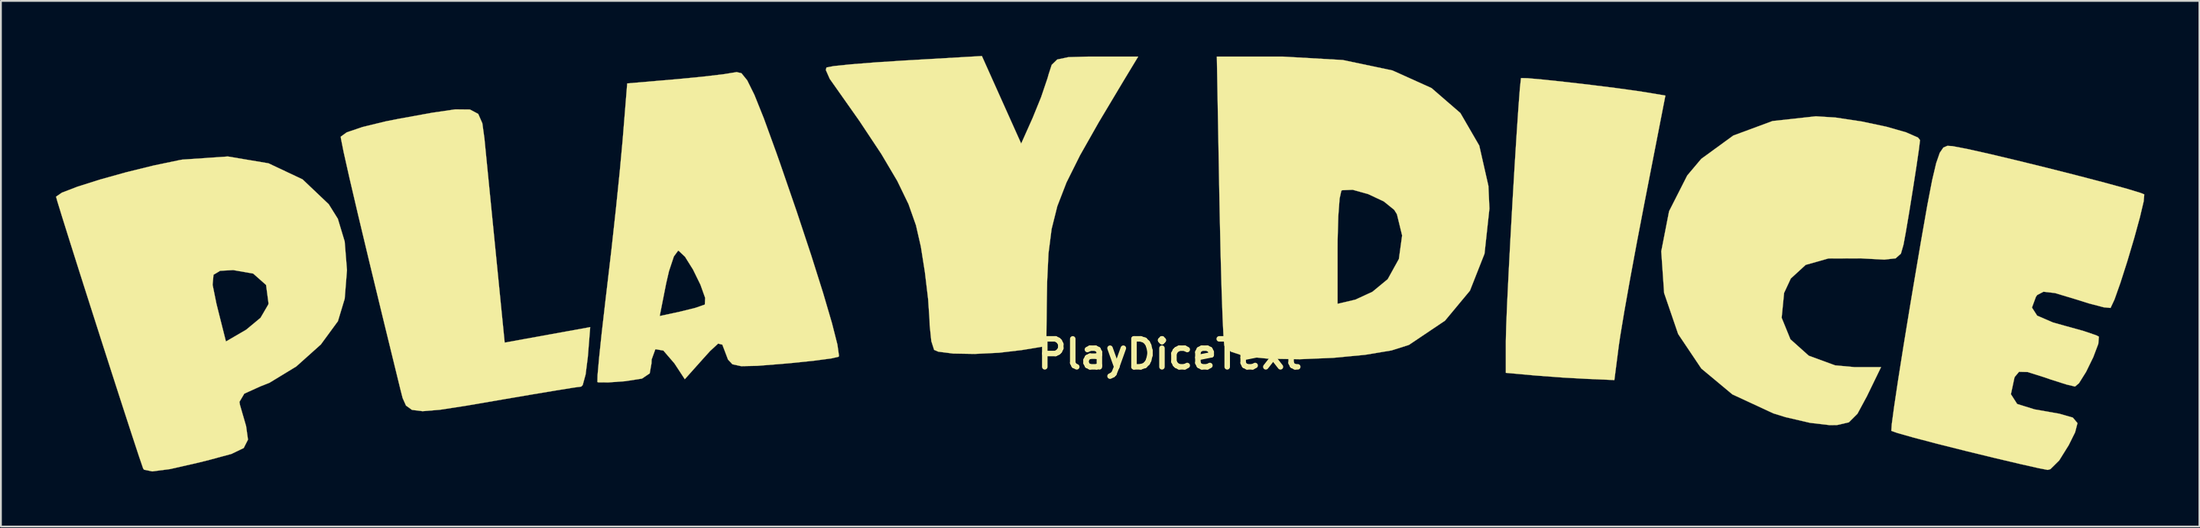
<source format=kicad_pcb>
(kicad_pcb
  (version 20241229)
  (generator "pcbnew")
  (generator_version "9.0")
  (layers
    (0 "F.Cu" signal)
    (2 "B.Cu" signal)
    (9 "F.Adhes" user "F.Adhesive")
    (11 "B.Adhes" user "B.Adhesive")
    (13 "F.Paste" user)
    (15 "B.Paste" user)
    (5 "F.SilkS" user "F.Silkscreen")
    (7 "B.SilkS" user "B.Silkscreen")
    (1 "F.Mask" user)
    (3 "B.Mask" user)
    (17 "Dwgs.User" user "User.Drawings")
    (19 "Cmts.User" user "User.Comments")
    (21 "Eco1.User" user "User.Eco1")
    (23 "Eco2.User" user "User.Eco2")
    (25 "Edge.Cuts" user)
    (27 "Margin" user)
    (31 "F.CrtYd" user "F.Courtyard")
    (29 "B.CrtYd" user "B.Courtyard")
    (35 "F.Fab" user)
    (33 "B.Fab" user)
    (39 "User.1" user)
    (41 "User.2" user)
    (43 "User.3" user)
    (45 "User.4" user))
  (footprint "PlayDiceText"
    (layer "F.Cu")
    (at 60.683 16.263)
    (property "Reference" "PlayDiceText" (at 0 0 0) (layer "F.SilkS") (effects (font (size 1.524 1.524) (thickness 0.3))))
    (attr through_hole)
    (fp_poly (pts (xy 19.529 -15.049) (xy 20.4 -14.971) (xy 21.609 -14.842) (xy 22.975 -14.684) (xy 24.317 -14.517) (xy 25.455 -14.361) (xy 25.956 -14.284) (xy 27.041 -14.102) (xy 25.889 -8.198) (xy 25.484 -6.087) (xy 25.111 -4.072) (xy 24.799 -2.317) (xy 24.578 -0.987) (xy 24.498 -0.441) (xy 24.26 1.411) (xy 22.802 1.349) (xy 21.427 1.273) (xy 19.996 1.166) (xy 19.844 1.153) (xy 18.344 1.018) (xy 18.344 -0.714) (xy 18.364 -1.518) (xy 18.417 -2.803) (xy 18.497 -4.441) (xy 18.595 -6.305) (xy 18.705 -8.265) (xy 18.819 -10.193) (xy 18.93 -11.962) (xy 19.03 -13.443) (xy 19.111 -14.508) (xy 19.167 -15.028) (xy 19.176 -15.057) (xy 19.529 -15.049)) (stroke (width 0.01) (type solid)) (fill yes) (layer "F.SilkS"))
    (fp_poly (pts (xy -38.12 -13.342) (xy -37.667 -13.102) (xy -37.442 -12.59) (xy -37.329 -11.766) (xy -37.274 -11.201) (xy -37.148 -9.926) (xy -36.977 -8.2) (xy -36.786 -6.273) (xy -36.641 -4.814) (xy -36.225 -0.631) (xy -35.046 -0.845) (xy -33.805 -1.07) (xy -32.715 -1.267) (xy -31.563 -1.476) (xy -31.692 0.144) (xy -31.813 1.102) (xy -31.972 1.685) (xy -32.05 1.766) (xy -32.469 1.824) (xy -33.436 1.979) (xy -34.805 2.208) (xy -36.336 2.469) (xy -38.339 2.813) (xy -39.757 3.031) (xy -40.7 3.109) (xy -41.279 3.037) (xy -41.605 2.801) (xy -41.788 2.39) (xy -41.925 1.852) (xy -42.833 -1.862) (xy -43.601 -5.032) (xy -44.223 -7.634) (xy -44.692 -9.639) (xy -45.003 -11.023) (xy -45.149 -11.759) (xy -45.16 -11.861) (xy -44.834 -12.096) (xy -43.965 -12.391) (xy -42.703 -12.697) (xy -42.018 -12.832) (xy -40.178 -13.166) (xy -38.918 -13.35) (xy -38.12 -13.342)) (stroke (width 0.01) (type solid)) (fill yes) (layer "F.SilkS"))
    (fp_poly (pts (xy 36.306 -12.905) (xy 37.741 -12.689) (xy 39.083 -12.405) (xy 40.162 -12.097) (xy 40.809 -11.812) (xy 40.92 -11.674) (xy 40.864 -11.201) (xy 40.725 -10.247) (xy 40.536 -9.028) (xy 40.332 -7.758) (xy 40.145 -6.653) (xy 40.02 -5.976) (xy 39.878 -5.48) (xy 39.59 -5.226) (xy 38.977 -5.157) (xy 37.86 -5.215) (xy 37.706 -5.226) (xy 35.928 -5.22) (xy 34.686 -4.869) (xy 33.877 -4.127) (xy 33.511 -3.341) (xy 33.378 -1.985) (xy 33.856 -0.812) (xy 34.856 0.083) (xy 36.287 0.608) (xy 37.356 0.706) (xy 38.796 0.706) (xy 38.025 2.293) (xy 37.51 3.248) (xy 37.041 3.716) (xy 36.402 3.863) (xy 36.001 3.869) (xy 34.923 3.743) (xy 33.592 3.434) (xy 32.926 3.228) (xy 30.692 2.192) (xy 29 0.783) (xy 27.746 -1.085) (xy 27.73 -1.118) (xy 26.972 -3.334) (xy 26.816 -5.609) (xy 27.242 -7.795) (xy 28.232 -9.745) (xy 28.994 -10.649) (xy 30.74 -11.921) (xy 32.88 -12.713) (xy 35.243 -12.972) (xy 36.306 -12.905)) (stroke (width 0.01) (type solid)) (fill yes) (layer "F.SilkS"))
    (fp_poly (pts (xy -9.143 -13.87) (xy -8.072 -11.483) (xy -7.446 -12.885) (xy -6.985 -14.019) (xy -6.631 -15.065) (xy -6.578 -15.258) (xy -6.409 -15.778) (xy -6.109 -16.068) (xy -5.505 -16.196) (xy -4.419 -16.227) (xy -4.015 -16.228) (xy -1.694 -16.228) (xy -2.494 -14.905) (xy -3.845 -12.645) (xy -4.866 -10.843) (xy -5.603 -9.364) (xy -6.103 -8.071) (xy -6.414 -6.827) (xy -6.584 -5.495) (xy -6.658 -3.938) (xy -6.677 -2.78) (xy -6.703 -0.445) (xy -8.026 -0.226) (xy -9.282 -0.078) (xy -10.606 -0.014) (xy -11.782 -0.034) (xy -12.596 -0.138) (xy -12.818 -0.235) (xy -12.97 -0.708) (xy -13.062 -1.6) (xy -13.071 -1.911) (xy -13.146 -3.013) (xy -13.321 -4.476) (xy -13.541 -5.868) (xy -13.807 -7.03) (xy -14.215 -8.186) (xy -14.826 -9.447) (xy -15.698 -10.922) (xy -16.893 -12.723) (xy -18.47 -14.961) (xy -18.508 -15.014) (xy -18.721 -15.498) (xy -18.685 -15.634) (xy -18.288 -15.71) (xy -17.332 -15.808) (xy -15.961 -15.916) (xy -14.368 -16.018) (xy -10.214 -16.258) (xy -9.143 -13.87)) (stroke (width 0.01) (type solid)) (fill yes) (layer "F.SilkS"))
    (fp_poly (pts (xy 9.46 -16.04) (xy 12.163 -15.472) (xy 14.294 -14.511) (xy 15.867 -13.149) (xy 16.896 -11.374) (xy 17.394 -9.177) (xy 17.449 -7.938) (xy 17.182 -5.478) (xy 16.388 -3.463) (xy 15.028 -1.827) (xy 13.066 -0.509) (xy 13.053 -0.502) (xy 12.109 -0.204) (xy 10.668 0.035) (xy 8.935 0.199) (xy 7.116 0.275) (xy 5.418 0.248) (xy 4.124 0.117) (xy 3.361 -0.137) (xy 3.002 -0.466) (xy 2.957 -0.928) (xy 2.906 -1.987) (xy 2.851 -3.534) (xy 2.798 -5.46) (xy 2.792 -5.724) (xy 9.172 -5.724) (xy 9.172 -2.746) (xy 10.142 -2.974) (xy 11.074 -3.404) (xy 11.906 -4.09) (xy 12.515 -5.192) (xy 12.691 -6.474) (xy 12.408 -7.633) (xy 12.259 -7.871) (xy 11.692 -8.33) (xy 10.846 -8.727) (xy 9.998 -8.964) (xy 9.425 -8.941) (xy 9.375 -8.905) (xy 9.283 -8.482) (xy 9.212 -7.531) (xy 9.175 -6.23) (xy 9.172 -5.724) (xy 2.792 -5.724) (xy 2.749 -7.657) (xy 2.731 -8.555) (xy 2.592 -16.228) (xy 6.171 -16.228) (xy 9.46 -16.04)) (stroke (width 0.01) (type solid)) (fill yes) (layer "F.SilkS"))
    (fp_poly (pts (xy -49.101 -10.409) (xy -47.24 -9.531) (xy -45.815 -8.177) (xy -45.319 -7.384) (xy -44.946 -6.148) (xy -44.821 -4.584) (xy -44.945 -3.022) (xy -45.314 -1.799) (xy -46.245 -0.529) (xy -47.582 0.668) (xy -49.046 1.559) (xy -49.549 1.758) (xy -50.418 2.152) (xy -50.681 2.598) (xy -50.654 2.766) (xy -50.319 3.922) (xy -50.216 4.658) (xy -50.449 5.117) (xy -51.119 5.439) (xy -52.328 5.766) (xy -52.915 5.913) (xy -54.468 6.266) (xy -55.432 6.392) (xy -55.885 6.298) (xy -55.933 6.227) (xy -56.159 5.566) (xy -56.539 4.412) (xy -57.036 2.884) (xy -57.612 1.102) (xy -58.229 -0.818) (xy -58.849 -2.756) (xy -59.177 -3.784) (xy -52.145 -3.784) (xy -51.938 -2.761) (xy -51.815 -2.266) (xy -51.418 -0.692) (xy -50.315 -1.334) (xy -49.531 -1.985) (xy -49.109 -2.71) (xy -49.097 -2.771) (xy -49.23 -3.774) (xy -49.932 -4.395) (xy -51.02 -4.586) (xy -51.738 -4.547) (xy -52.096 -4.33) (xy -52.145 -3.784) (xy -59.177 -3.784) (xy -59.435 -4.594) (xy -59.948 -6.215) (xy -60.351 -7.5) (xy -60.606 -8.33) (xy -60.678 -8.589) (xy -60.36 -8.808) (xy -59.511 -9.134) (xy -58.288 -9.521) (xy -56.85 -9.922) (xy -55.354 -10.29) (xy -53.958 -10.581) (xy -53.793 -10.61) (xy -51.314 -10.78) (xy -49.101 -10.409)) (stroke (width 0.01) (type solid)) (fill yes) (layer "F.SilkS"))
    (fp_poly (pts (xy -23.319 -15.321) (xy -23.006 -14.933) (xy -22.612 -14.137) (xy -22.097 -12.852) (xy -21.422 -10.996) (xy -21.216 -10.412) (xy -20.308 -7.777) (xy -19.518 -5.393) (xy -18.869 -3.338) (xy -18.385 -1.689) (xy -18.089 -0.524) (xy -18.004 0.079) (xy -18.024 0.14) (xy -18.419 0.231) (xy -19.34 0.353) (xy -20.614 0.485) (xy -21.044 0.523) (xy -22.463 0.636) (xy -23.334 0.654) (xy -23.812 0.55) (xy -24.052 0.295) (xy -24.177 -0.036) (xy -24.361 -0.519) (xy -24.59 -0.578) (xy -25.031 -0.171) (xy -25.42 0.26) (xy -26.407 1.365) (xy -26.97 0.506) (xy -27.575 -0.198) (xy -28.012 -0.271) (xy -28.215 0.289) (xy -28.222 0.492) (xy -28.32 1.048) (xy -28.743 1.332) (xy -29.652 1.473) (xy -30.565 1.539) (xy -31.114 1.536) (xy -31.171 1.519) (xy -31.163 1.157) (xy -31.08 0.22) (xy -30.935 -1.163) (xy -30.829 -2.081) (xy -27.775 -2.081) (xy -26.676 -2.317) (xy -25.828 -2.527) (xy -25.318 -2.705) (xy -25.314 -2.707) (xy -25.299 -3.073) (xy -25.554 -3.788) (xy -25.959 -4.615) (xy -26.395 -5.312) (xy -26.745 -5.641) (xy -26.772 -5.644) (xy -27.003 -5.33) (xy -27.27 -4.526) (xy -27.423 -3.863) (xy -27.775 -2.081) (xy -30.829 -2.081) (xy -30.739 -2.867) (xy -30.651 -3.607) (xy -30.4 -5.749) (xy -30.158 -7.956) (xy -29.951 -9.981) (xy -29.804 -11.578) (xy -29.793 -11.704) (xy -29.546 -14.765) (xy -26.856 -14.995) (xy -25.48 -15.127) (xy -24.334 -15.261) (xy -23.638 -15.372) (xy -23.59 -15.384) (xy -23.319 -15.321)) (stroke (width 0.01) (type solid)) (fill yes) (layer "F.SilkS"))
    (fp_poly (pts (xy 42.68 -11.346) (xy 42.693 -11.344) (xy 43.469 -11.196) (xy 44.684 -10.925) (xy 46.191 -10.567) (xy 47.843 -10.161) (xy 49.493 -9.743) (xy 50.993 -9.351) (xy 52.197 -9.021) (xy 52.956 -8.79) (xy 53.143 -8.711) (xy 53.111 -8.337) (xy 52.909 -7.481) (xy 52.594 -6.33) (xy 52.22 -5.072) (xy 51.843 -3.893) (xy 51.52 -2.981) (xy 51.305 -2.522) (xy 51.304 -2.522) (xy 50.941 -2.555) (xy 50.117 -2.77) (xy 49.37 -3.005) (xy 48.274 -3.334) (xy 47.647 -3.405) (xy 47.308 -3.227) (xy 47.237 -3.129) (xy 47.021 -2.542) (xy 47.303 -2.103) (xy 48.164 -1.73) (xy 48.825 -1.545) (xy 49.832 -1.266) (xy 50.516 -1.034) (xy 50.669 -0.955) (xy 50.638 -0.565) (xy 50.363 0.163) (xy 49.97 0.967) (xy 49.584 1.583) (xy 49.368 1.764) (xy 48.911 1.656) (xy 48.057 1.385) (xy 47.697 1.26) (xy 46.784 0.973) (xy 46.316 0.962) (xy 46.088 1.233) (xy 46.065 1.289) (xy 45.874 2.184) (xy 46.215 2.715) (xy 47.17 3.011) (xy 47.184 3.013) (xy 48.511 3.246) (xy 49.249 3.457) (xy 49.502 3.758) (xy 49.374 4.258) (xy 49.025 4.961) (xy 48.505 5.796) (xy 48.028 6.268) (xy 47.882 6.311) (xy 47.383 6.215) (xy 46.354 5.983) (xy 44.949 5.651) (xy 43.457 5.288) (xy 41.88 4.892) (xy 40.578 4.55) (xy 39.69 4.299) (xy 39.356 4.181) (xy 39.38 3.813) (xy 39.51 2.85) (xy 39.728 1.393) (xy 40.021 -0.457) (xy 40.372 -2.601) (xy 40.557 -3.704) (xy 40.983 -6.217) (xy 41.317 -8.117) (xy 41.581 -9.488) (xy 41.8 -10.415) (xy 41.995 -10.98) (xy 42.192 -11.268) (xy 42.412 -11.362) (xy 42.68 -11.346)) (stroke (width 0.01) (type solid)) (fill yes) (layer "F.SilkS")))
  (gr_rect
    (start -3 -3)
    (end 116.831 25.66)
    (stroke (width 0.1) (type default))
    (fill no)
    (layer "Edge.Cuts")))
</source>
